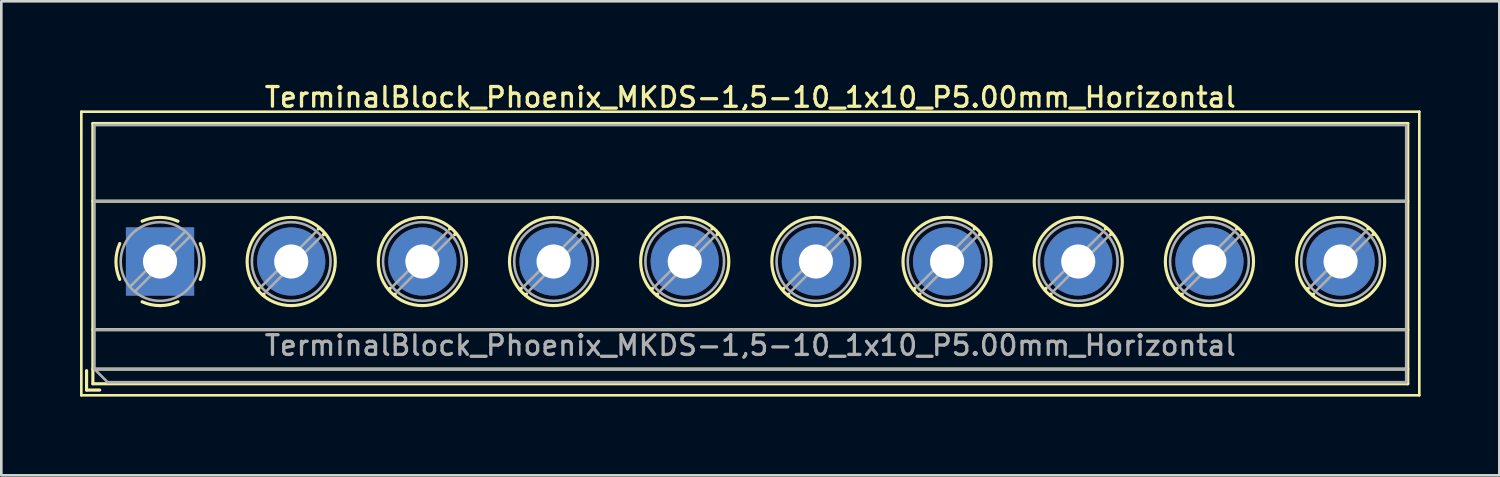
<source format=kicad_pcb>
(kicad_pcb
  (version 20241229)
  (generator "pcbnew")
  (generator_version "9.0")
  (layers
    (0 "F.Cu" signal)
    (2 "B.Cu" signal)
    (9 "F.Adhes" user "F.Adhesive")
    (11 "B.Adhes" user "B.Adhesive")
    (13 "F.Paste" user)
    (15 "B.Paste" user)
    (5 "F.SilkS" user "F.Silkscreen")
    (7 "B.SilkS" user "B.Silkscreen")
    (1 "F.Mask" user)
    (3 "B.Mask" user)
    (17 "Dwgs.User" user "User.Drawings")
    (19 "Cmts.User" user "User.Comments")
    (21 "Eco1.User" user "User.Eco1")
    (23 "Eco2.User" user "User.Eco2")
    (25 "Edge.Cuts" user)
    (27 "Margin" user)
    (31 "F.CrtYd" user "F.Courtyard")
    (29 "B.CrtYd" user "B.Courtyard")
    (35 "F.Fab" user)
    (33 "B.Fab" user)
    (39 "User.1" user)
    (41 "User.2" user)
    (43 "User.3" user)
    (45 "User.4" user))
  (footprint "TerminalBlock_Phoenix_MKDS-1,5-10_1x10_P5.00mm_Horizontal"
    (layer "F.Cu")
    (at 3.05 6.918)
    (property "Reference" "TerminalBlock_Phoenix_MKDS-1,5-10_1x10_P5.00mm_Horizontal" (at 22.5 -6.26 0) (layer "F.SilkS") (effects (font (size 0.75 0.75) (thickness 0.125))))
    (attr through_hole)
    (fp_line (start -3 -5.71) (end -3 5.1) (stroke (width 0.1) (type solid)) (layer "F.SilkS"))
    (fp_line (start -3 5.1) (end 48 5.1) (stroke (width 0.1) (type solid)) (layer "F.SilkS"))
    (fp_line (start -2.8 4.16) (end -2.8 4.9) (stroke (width 0.12) (type solid)) (layer "F.SilkS"))
    (fp_line (start -2.8 4.9) (end -2.3 4.9) (stroke (width 0.12) (type solid)) (layer "F.SilkS"))
    (fp_line (start -2.56 -5.261) (end -2.56 4.66) (stroke (width 0.12) (type solid)) (layer "F.SilkS"))
    (fp_line (start -2.56 -5.261) (end 47.56 -5.261) (stroke (width 0.12) (type solid)) (layer "F.SilkS"))
    (fp_line (start -2.56 -2.301) (end 47.56 -2.301) (stroke (width 0.12) (type solid)) (layer "F.SilkS"))
    (fp_line (start -2.56 2.6) (end 47.56 2.6) (stroke (width 0.12) (type solid)) (layer "F.SilkS"))
    (fp_line (start -2.56 4.1) (end 47.56 4.1) (stroke (width 0.12) (type solid)) (layer "F.SilkS"))
    (fp_line (start -2.56 4.66) (end 47.56 4.66) (stroke (width 0.12) (type solid)) (layer "F.SilkS"))
    (fp_line (start 3.773 1.023) (end 3.726 1.069) (stroke (width 0.12) (type solid)) (layer "F.SilkS"))
    (fp_line (start 3.966 1.239) (end 3.931 1.274) (stroke (width 0.12) (type solid)) (layer "F.SilkS"))
    (fp_line (start 6.07 -1.275) (end 6.035 -1.239) (stroke (width 0.12) (type solid)) (layer "F.SilkS"))
    (fp_line (start 6.275 -1.069) (end 6.228 -1.023) (stroke (width 0.12) (type solid)) (layer "F.SilkS"))
    (fp_line (start 8.773 1.023) (end 8.726 1.069) (stroke (width 0.12) (type solid)) (layer "F.SilkS"))
    (fp_line (start 8.966 1.239) (end 8.931 1.274) (stroke (width 0.12) (type solid)) (layer "F.SilkS"))
    (fp_line (start 11.07 -1.275) (end 11.035 -1.239) (stroke (width 0.12) (type solid)) (layer "F.SilkS"))
    (fp_line (start 11.275 -1.069) (end 11.228 -1.023) (stroke (width 0.12) (type solid)) (layer "F.SilkS"))
    (fp_line (start 13.773 1.023) (end 13.726 1.069) (stroke (width 0.12) (type solid)) (layer "F.SilkS"))
    (fp_line (start 13.966 1.239) (end 13.931 1.274) (stroke (width 0.12) (type solid)) (layer "F.SilkS"))
    (fp_line (start 16.07 -1.275) (end 16.035 -1.239) (stroke (width 0.12) (type solid)) (layer "F.SilkS"))
    (fp_line (start 16.275 -1.069) (end 16.228 -1.023) (stroke (width 0.12) (type solid)) (layer "F.SilkS"))
    (fp_line (start 18.773 1.023) (end 18.726 1.069) (stroke (width 0.12) (type solid)) (layer "F.SilkS"))
    (fp_line (start 18.966 1.239) (end 18.931 1.274) (stroke (width 0.12) (type solid)) (layer "F.SilkS"))
    (fp_line (start 21.07 -1.275) (end 21.035 -1.239) (stroke (width 0.12) (type solid)) (layer "F.SilkS"))
    (fp_line (start 21.275 -1.069) (end 21.228 -1.023) (stroke (width 0.12) (type solid)) (layer "F.SilkS"))
    (fp_line (start 23.773 1.023) (end 23.726 1.069) (stroke (width 0.12) (type solid)) (layer "F.SilkS"))
    (fp_line (start 23.966 1.239) (end 23.931 1.274) (stroke (width 0.12) (type solid)) (layer "F.SilkS"))
    (fp_line (start 26.07 -1.275) (end 26.035 -1.239) (stroke (width 0.12) (type solid)) (layer "F.SilkS"))
    (fp_line (start 26.275 -1.069) (end 26.228 -1.023) (stroke (width 0.12) (type solid)) (layer "F.SilkS"))
    (fp_line (start 28.773 1.023) (end 28.726 1.069) (stroke (width 0.12) (type solid)) (layer "F.SilkS"))
    (fp_line (start 28.966 1.239) (end 28.931 1.274) (stroke (width 0.12) (type solid)) (layer "F.SilkS"))
    (fp_line (start 31.07 -1.275) (end 31.035 -1.239) (stroke (width 0.12) (type solid)) (layer "F.SilkS"))
    (fp_line (start 31.275 -1.069) (end 31.228 -1.023) (stroke (width 0.12) (type solid)) (layer "F.SilkS"))
    (fp_line (start 33.773 1.023) (end 33.726 1.069) (stroke (width 0.12) (type solid)) (layer "F.SilkS"))
    (fp_line (start 33.966 1.239) (end 33.931 1.274) (stroke (width 0.12) (type solid)) (layer "F.SilkS"))
    (fp_line (start 36.07 -1.275) (end 36.035 -1.239) (stroke (width 0.12) (type solid)) (layer "F.SilkS"))
    (fp_line (start 36.275 -1.069) (end 36.228 -1.023) (stroke (width 0.12) (type solid)) (layer "F.SilkS"))
    (fp_line (start 38.773 1.023) (end 38.726 1.069) (stroke (width 0.12) (type solid)) (layer "F.SilkS"))
    (fp_line (start 38.966 1.239) (end 38.931 1.274) (stroke (width 0.12) (type solid)) (layer "F.SilkS"))
    (fp_line (start 41.07 -1.275) (end 41.035 -1.239) (stroke (width 0.12) (type solid)) (layer "F.SilkS"))
    (fp_line (start 41.275 -1.069) (end 41.228 -1.023) (stroke (width 0.12) (type solid)) (layer "F.SilkS"))
    (fp_line (start 43.773 1.023) (end 43.726 1.069) (stroke (width 0.12) (type solid)) (layer "F.SilkS"))
    (fp_line (start 43.966 1.239) (end 43.931 1.274) (stroke (width 0.12) (type solid)) (layer "F.SilkS"))
    (fp_line (start 46.07 -1.275) (end 46.035 -1.239) (stroke (width 0.12) (type solid)) (layer "F.SilkS"))
    (fp_line (start 46.275 -1.069) (end 46.228 -1.023) (stroke (width 0.12) (type solid)) (layer "F.SilkS"))
    (fp_line (start 47.56 -5.261) (end 47.56 4.66) (stroke (width 0.12) (type solid)) (layer "F.SilkS"))
    (fp_line (start 48 -5.71) (end -3 -5.71) (stroke (width 0.1) (type solid)) (layer "F.SilkS"))
    (fp_line (start 48 5.1) (end 48 -5.71) (stroke (width 0.1) (type solid)) (layer "F.SilkS"))
    (fp_arc (start -1.535427 0.683042) (mid -1.680501 -0.000524) (end -1.535 -0.684) (stroke (width 0.12) (type solid)) (layer "F.SilkS"))
    (fp_arc (start -0.683042 -1.535427) (mid 0.000524 -1.680501) (end 0.684 -1.535) (stroke (width 0.12) (type solid)) (layer "F.SilkS"))
    (fp_arc (start 0.028805 1.680253) (mid -0.335551 1.646659) (end -0.684 1.535) (stroke (width 0.12) (type solid)) (layer "F.SilkS"))
    (fp_arc (start 0.683318 1.534756) (mid 0.349292 1.643288) (end 0 1.68) (stroke (width 0.12) (type solid)) (layer "F.SilkS"))
    (fp_arc (start 1.535427 -0.683042) (mid 1.680501 0.000524) (end 1.535 0.684) (stroke (width 0.12) (type solid)) (layer "F.SilkS"))
    (fp_circle (center 5 0) (end 6.68 0) (stroke (width 0.12) (type solid)) (fill no) (layer "F.SilkS"))
    (fp_circle (center 10 0) (end 11.68 0) (stroke (width 0.12) (type solid)) (fill no) (layer "F.SilkS"))
    (fp_circle (center 15 0) (end 16.68 0) (stroke (width 0.12) (type solid)) (fill no) (layer "F.SilkS"))
    (fp_circle (center 20 0) (end 21.68 0) (stroke (width 0.12) (type solid)) (fill no) (layer "F.SilkS"))
    (fp_circle (center 25 0) (end 26.68 0) (stroke (width 0.12) (type solid)) (fill no) (layer "F.SilkS"))
    (fp_circle (center 30 0) (end 31.68 0) (stroke (width 0.12) (type solid)) (fill no) (layer "F.SilkS"))
    (fp_circle (center 35 0) (end 36.68 0) (stroke (width 0.12) (type solid)) (fill no) (layer "F.SilkS"))
    (fp_circle (center 40 0) (end 41.68 0) (stroke (width 0.12) (type solid)) (fill no) (layer "F.SilkS"))
    (fp_circle (center 45 0) (end 46.68 0) (stroke (width 0.12) (type solid)) (fill no) (layer "F.SilkS"))
    (fp_line (start -2.5 -5.2) (end 47.5 -5.2) (stroke (width 0.1) (type solid)) (layer "F.Fab"))
    (fp_line (start -2.5 -2.3) (end 47.5 -2.3) (stroke (width 0.1) (type solid)) (layer "F.Fab"))
    (fp_line (start -2.5 2.6) (end 47.5 2.6) (stroke (width 0.1) (type solid)) (layer "F.Fab"))
    (fp_line (start -2.5 4.1) (end -2.5 -5.2) (stroke (width 0.1) (type solid)) (layer "F.Fab"))
    (fp_line (start -2.5 4.1) (end 47.5 4.1) (stroke (width 0.1) (type solid)) (layer "F.Fab"))
    (fp_line (start -2 4.6) (end -2.5 4.1) (stroke (width 0.1) (type solid)) (layer "F.Fab"))
    (fp_line (start 0.955 -1.138) (end -1.138 0.955) (stroke (width 0.1) (type solid)) (layer "F.Fab"))
    (fp_line (start 1.138 -0.955) (end -0.955 1.138) (stroke (width 0.1) (type solid)) (layer "F.Fab"))
    (fp_line (start 5.955 -1.138) (end 3.863 0.955) (stroke (width 0.1) (type solid)) (layer "F.Fab"))
    (fp_line (start 6.138 -0.955) (end 4.046 1.138) (stroke (width 0.1) (type solid)) (layer "F.Fab"))
    (fp_line (start 10.955 -1.138) (end 8.863 0.955) (stroke (width 0.1) (type solid)) (layer "F.Fab"))
    (fp_line (start 11.138 -0.955) (end 9.046 1.138) (stroke (width 0.1) (type solid)) (layer "F.Fab"))
    (fp_line (start 15.955 -1.138) (end 13.863 0.955) (stroke (width 0.1) (type solid)) (layer "F.Fab"))
    (fp_line (start 16.138 -0.955) (end 14.046 1.138) (stroke (width 0.1) (type solid)) (layer "F.Fab"))
    (fp_line (start 20.955 -1.138) (end 18.863 0.955) (stroke (width 0.1) (type solid)) (layer "F.Fab"))
    (fp_line (start 21.138 -0.955) (end 19.046 1.138) (stroke (width 0.1) (type solid)) (layer "F.Fab"))
    (fp_line (start 25.955 -1.138) (end 23.863 0.955) (stroke (width 0.1) (type solid)) (layer "F.Fab"))
    (fp_line (start 26.138 -0.955) (end 24.046 1.138) (stroke (width 0.1) (type solid)) (layer "F.Fab"))
    (fp_line (start 30.955 -1.138) (end 28.863 0.955) (stroke (width 0.1) (type solid)) (layer "F.Fab"))
    (fp_line (start 31.138 -0.955) (end 29.046 1.138) (stroke (width 0.1) (type solid)) (layer "F.Fab"))
    (fp_line (start 35.955 -1.138) (end 33.863 0.955) (stroke (width 0.1) (type solid)) (layer "F.Fab"))
    (fp_line (start 36.138 -0.955) (end 34.046 1.138) (stroke (width 0.1) (type solid)) (layer "F.Fab"))
    (fp_line (start 40.955 -1.138) (end 38.863 0.955) (stroke (width 0.1) (type solid)) (layer "F.Fab"))
    (fp_line (start 41.138 -0.955) (end 39.046 1.138) (stroke (width 0.1) (type solid)) (layer "F.Fab"))
    (fp_line (start 45.955 -1.138) (end 43.863 0.955) (stroke (width 0.1) (type solid)) (layer "F.Fab"))
    (fp_line (start 46.138 -0.955) (end 44.046 1.138) (stroke (width 0.1) (type solid)) (layer "F.Fab"))
    (fp_line (start 47.5 -5.2) (end 47.5 4.6) (stroke (width 0.1) (type solid)) (layer "F.Fab"))
    (fp_line (start 47.5 4.6) (end -2 4.6) (stroke (width 0.1) (type solid)) (layer "F.Fab"))
    (fp_circle (center 0 0) (end 1.5 0) (stroke (width 0.1) (type solid)) (fill no) (layer "F.Fab"))
    (fp_circle (center 5 0) (end 6.5 0) (stroke (width 0.1) (type solid)) (fill no) (layer "F.Fab"))
    (fp_circle (center 10 0) (end 11.5 0) (stroke (width 0.1) (type solid)) (fill no) (layer "F.Fab"))
    (fp_circle (center 15 0) (end 16.5 0) (stroke (width 0.1) (type solid)) (fill no) (layer "F.Fab"))
    (fp_circle (center 20 0) (end 21.5 0) (stroke (width 0.1) (type solid)) (fill no) (layer "F.Fab"))
    (fp_circle (center 25 0) (end 26.5 0) (stroke (width 0.1) (type solid)) (fill no) (layer "F.Fab"))
    (fp_circle (center 30 0) (end 31.5 0) (stroke (width 0.1) (type solid)) (fill no) (layer "F.Fab"))
    (fp_circle (center 35 0) (end 36.5 0) (stroke (width 0.1) (type solid)) (fill no) (layer "F.Fab"))
    (fp_circle (center 40 0) (end 41.5 0) (stroke (width 0.1) (type solid)) (fill no) (layer "F.Fab"))
    (fp_circle (center 45 0) (end 46.5 0) (stroke (width 0.1) (type solid)) (fill no) (layer "F.Fab"))
    (fp_text user "${REFERENCE}" (at 22.5 3.2 0) (layer "F.Fab") (effects (font (size 0.75 0.75) (thickness 0.125))))
    (pad "1" thru_hole rect (at 0 0) (size 2.6 2.6) (drill 1.3) (layers "*.Cu" "*.Mask"))
    (pad "2" thru_hole circle (at 5 0) (size 2.6 2.6) (drill 1.3) (layers "*.Cu" "*.Mask"))
    (pad "3" thru_hole circle (at 10 0) (size 2.6 2.6) (drill 1.3) (layers "*.Cu" "*.Mask"))
    (pad "4" thru_hole circle (at 15 0) (size 2.6 2.6) (drill 1.3) (layers "*.Cu" "*.Mask"))
    (pad "5" thru_hole circle (at 20 0) (size 2.6 2.6) (drill 1.3) (layers "*.Cu" "*.Mask"))
    (pad "6" thru_hole circle (at 25 0) (size 2.6 2.6) (drill 1.3) (layers "*.Cu" "*.Mask"))
    (pad "7" thru_hole circle (at 30 0) (size 2.6 2.6) (drill 1.3) (layers "*.Cu" "*.Mask"))
    (pad "8" thru_hole circle (at 35 0) (size 2.6 2.6) (drill 1.3) (layers "*.Cu" "*.Mask"))
    (pad "9" thru_hole circle (at 40 0) (size 2.6 2.6) (drill 1.3) (layers "*.Cu" "*.Mask"))
    (pad "10" thru_hole circle (at 45 0) (size 2.6 2.6) (drill 1.3) (layers "*.Cu" "*.Mask")))
  (gr_rect
    (start -3 -3)
    (end 54.1 15.068)
    (stroke (width 0.1) (type default))
    (fill no)
    (layer "Edge.Cuts")))
</source>
